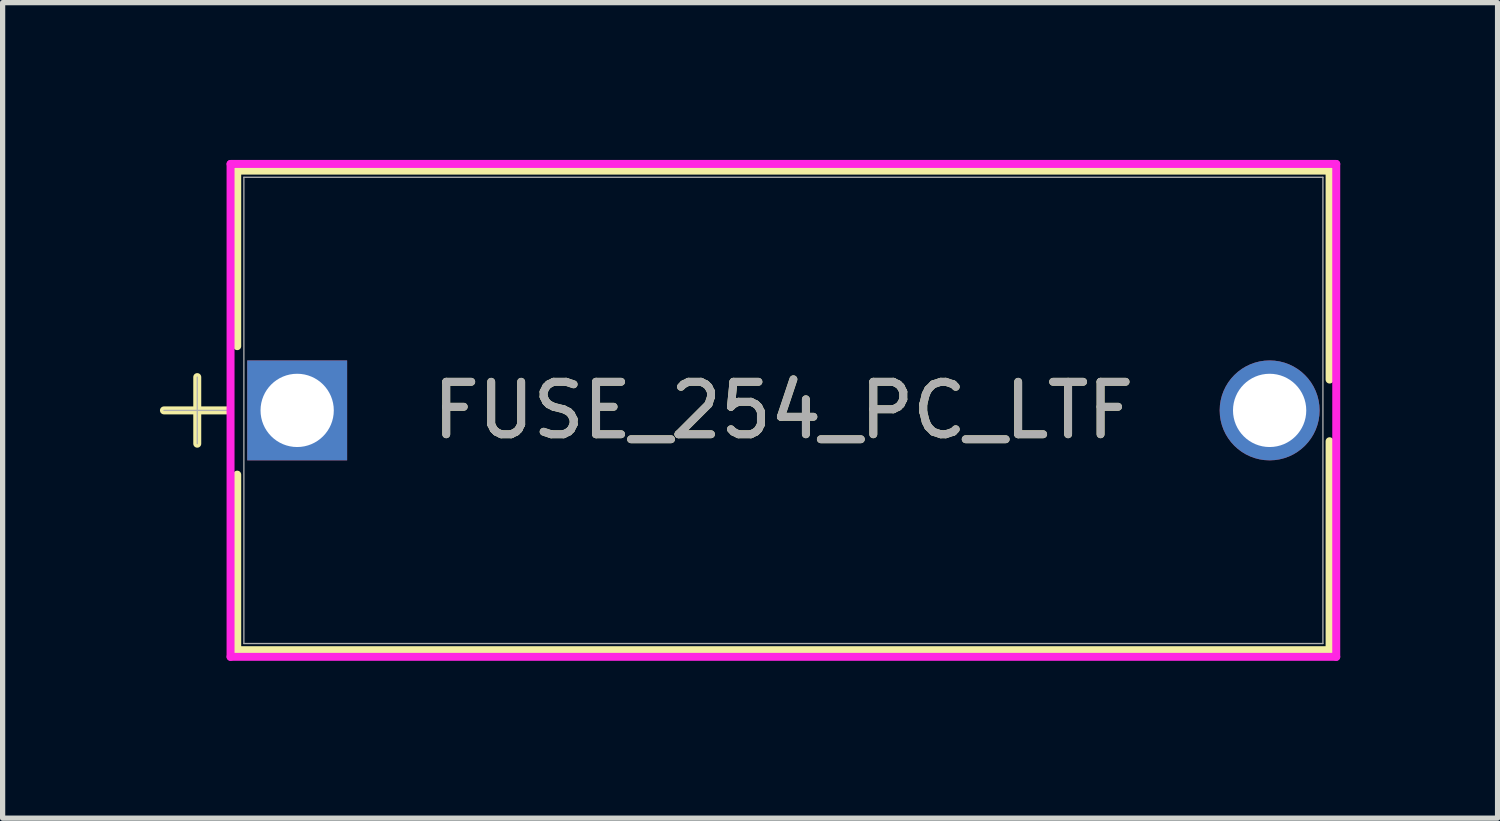
<source format=kicad_pcb>
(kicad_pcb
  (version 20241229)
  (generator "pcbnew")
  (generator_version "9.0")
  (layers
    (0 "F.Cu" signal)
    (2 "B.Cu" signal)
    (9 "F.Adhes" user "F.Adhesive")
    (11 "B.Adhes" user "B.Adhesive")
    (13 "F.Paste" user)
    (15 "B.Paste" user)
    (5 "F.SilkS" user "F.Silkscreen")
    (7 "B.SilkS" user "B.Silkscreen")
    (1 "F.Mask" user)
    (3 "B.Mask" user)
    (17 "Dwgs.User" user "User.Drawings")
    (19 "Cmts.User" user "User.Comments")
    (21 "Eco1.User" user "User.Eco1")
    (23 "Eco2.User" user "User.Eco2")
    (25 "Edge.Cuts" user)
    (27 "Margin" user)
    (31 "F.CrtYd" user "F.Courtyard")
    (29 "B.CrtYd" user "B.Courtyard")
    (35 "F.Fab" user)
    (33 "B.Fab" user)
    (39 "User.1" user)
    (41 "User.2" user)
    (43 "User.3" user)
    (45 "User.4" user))
  (footprint "FUSE_254_PC_LTF"
    (layer "F.Cu")
    (at 2.616 4.775)
    (property "Reference" "FUSE_254_PC_LTF" (at 9.271 0 0) (unlocked yes) (layer "F.SilkS") (effects (font (size 1 1) (thickness 0.15))))
    (attr through_hole)
    (fp_line (start -2.54 0) (end -1.285 0) (stroke (width 0.152) (type solid)) (layer "F.SilkS"))
    (fp_line (start -1.905 -0.635) (end -1.905 0.635) (stroke (width 0.152) (type solid)) (layer "F.SilkS"))
    (fp_line (start -1.143 -4.572) (end -1.143 -1.225) (stroke (width 0.152) (type solid)) (layer "F.SilkS"))
    (fp_line (start -1.143 1.225) (end -1.143 4.572) (stroke (width 0.152) (type solid)) (layer "F.SilkS"))
    (fp_line (start 19.685 -4.572) (end -1.143 -4.572) (stroke (width 0.152) (type solid)) (layer "F.SilkS"))
    (fp_line (start 19.685 -4.572) (end 19.685 -0.588) (stroke (width 0.152) (type solid)) (layer "F.SilkS"))
    (fp_line (start 19.685 0.588) (end 19.685 4.572) (stroke (width 0.152) (type solid)) (layer "F.SilkS"))
    (fp_line (start 19.685 4.572) (end -1.143 4.572) (stroke (width 0.152) (type solid)) (layer "F.SilkS"))
    (fp_line (start -1.27 -4.699) (end 19.812 -4.699) (stroke (width 0.152) (type solid)) (layer "F.CrtYd"))
    (fp_line (start -1.27 4.699) (end -1.27 -4.699) (stroke (width 0.152) (type solid)) (layer "F.CrtYd"))
    (fp_line (start 19.812 -4.699) (end 19.812 4.699) (stroke (width 0.152) (type solid)) (layer "F.CrtYd"))
    (fp_line (start 19.812 4.699) (end -1.27 4.699) (stroke (width 0.152) (type solid)) (layer "F.CrtYd"))
    (fp_line (start -2.54 0) (end -1.27 0) (stroke (width 0.025) (type solid)) (layer "F.Fab"))
    (fp_line (start -1.905 -0.635) (end -1.905 0.635) (stroke (width 0.025) (type solid)) (layer "F.Fab"))
    (fp_line (start -1.016 -4.445) (end -1.016 4.445) (stroke (width 0.025) (type solid)) (layer "F.Fab"))
    (fp_line (start 19.558 -4.445) (end -1.016 -4.445) (stroke (width 0.025) (type solid)) (layer "F.Fab"))
    (fp_line (start 19.558 -4.445) (end 19.558 4.445) (stroke (width 0.025) (type solid)) (layer "F.Fab"))
    (fp_line (start 19.558 4.445) (end -1.016 4.445) (stroke (width 0.025) (type solid)) (layer "F.Fab"))
    (fp_text user "${REFERENCE}" (at 9.271 0 0) (unlocked yes) (layer "F.Fab") (effects (font (size 1 1) (thickness 0.15))))
    (pad "1" thru_hole rect (at 0 0) (size 1.905 1.905) (drill 1.397) (layers "*.Cu" "*.Mask"))
    (pad "2" thru_hole circle (at 18.542 0) (size 1.905 1.905) (drill 1.397) (layers "*.Cu" "*.Mask")))
  (gr_rect
    (start -3 -3)
    (end 25.504 12.55)
    (stroke (width 0.1) (type default))
    (fill no)
    (layer "Edge.Cuts")))
</source>
